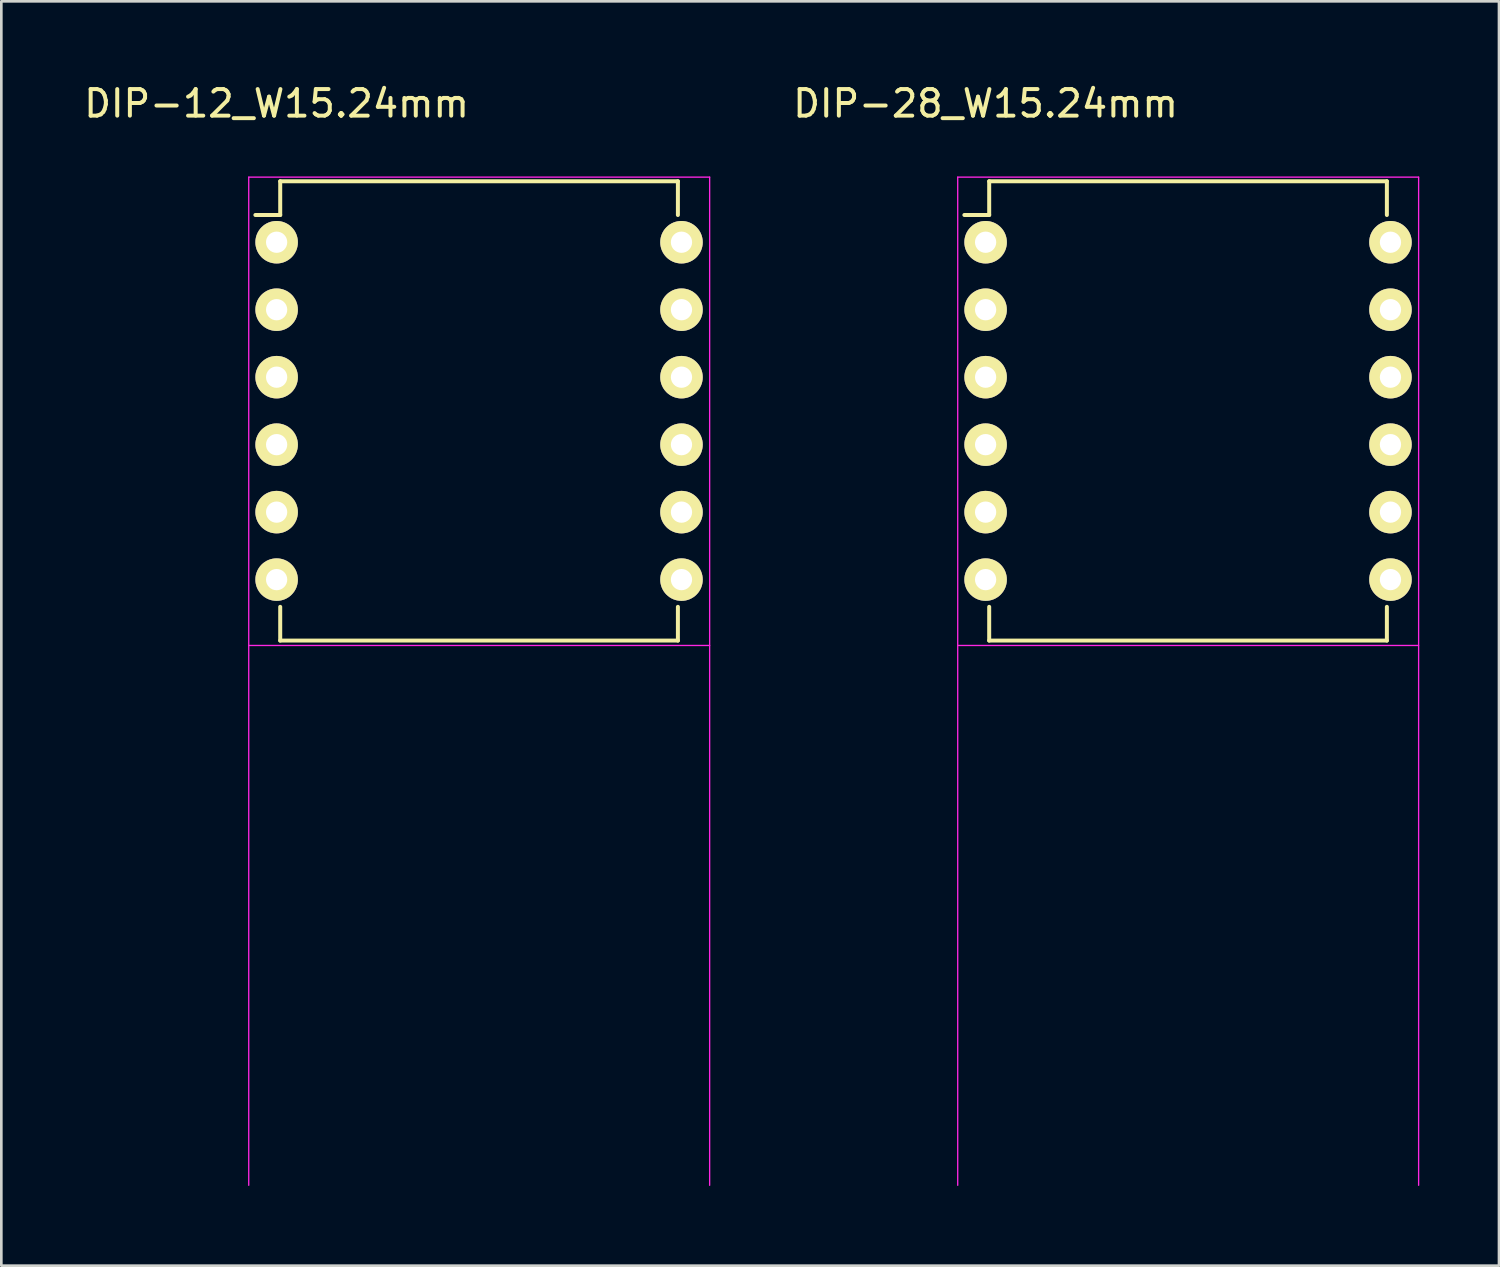
<source format=kicad_pcb>
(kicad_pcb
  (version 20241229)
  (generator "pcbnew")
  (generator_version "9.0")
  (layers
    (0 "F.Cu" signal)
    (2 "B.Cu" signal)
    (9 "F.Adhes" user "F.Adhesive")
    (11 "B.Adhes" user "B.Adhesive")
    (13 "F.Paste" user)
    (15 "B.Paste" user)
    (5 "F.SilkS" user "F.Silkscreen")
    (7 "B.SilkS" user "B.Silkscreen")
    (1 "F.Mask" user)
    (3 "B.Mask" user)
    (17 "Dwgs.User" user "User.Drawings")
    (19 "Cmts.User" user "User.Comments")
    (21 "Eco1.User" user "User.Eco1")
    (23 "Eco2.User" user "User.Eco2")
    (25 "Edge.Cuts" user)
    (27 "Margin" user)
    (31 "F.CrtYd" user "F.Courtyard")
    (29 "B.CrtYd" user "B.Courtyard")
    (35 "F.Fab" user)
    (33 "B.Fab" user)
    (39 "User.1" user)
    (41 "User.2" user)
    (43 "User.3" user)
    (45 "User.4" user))
  (footprint "DIP-12_W15.24mm"
    (layer "F.Cu")
    (at 7.363 6.068)
    (property "Reference" "DIP-12_W15.24mm" (at 0 -5.22 0) (layer "F.SilkS") (effects (font (size 1 1) (thickness 0.15))))
    (attr exclude_from_pos_files exclude_from_bom)
    (fp_line (start 0.135 -2.295) (end 0.135 -1.025) (stroke (width 0.15) (type solid)) (layer "F.SilkS"))
    (fp_line (start 0.135 -2.295) (end 15.105 -2.295) (stroke (width 0.15) (type solid)) (layer "F.SilkS"))
    (fp_line (start 0.135 -1.025) (end -0.8 -1.025) (stroke (width 0.15) (type solid)) (layer "F.SilkS"))
    (fp_line (start 0.135 14.995) (end 0.135 13.725) (stroke (width 0.15) (type solid)) (layer "F.SilkS"))
    (fp_line (start 0.135 14.995) (end 15.105 14.995) (stroke (width 0.15) (type solid)) (layer "F.SilkS"))
    (fp_line (start 15.105 -2.295) (end 15.105 -1.025) (stroke (width 0.15) (type solid)) (layer "F.SilkS"))
    (fp_line (start 15.105 14.995) (end 15.105 13.725) (stroke (width 0.15) (type solid)) (layer "F.SilkS"))
    (fp_line (start -1.05 -2.45) (end -1.05 35.5) (stroke (width 0.05) (type solid)) (layer "F.CrtYd"))
    (fp_line (start -1.05 -2.45) (end 16.3 -2.45) (stroke (width 0.05) (type solid)) (layer "F.CrtYd"))
    (fp_line (start -1.05 15.18) (end 16.3 15.18) (stroke (width 0.05) (type solid)) (layer "F.CrtYd"))
    (fp_line (start 16.3 -2.45) (end 16.3 35.5) (stroke (width 0.05) (type solid)) (layer "F.CrtYd"))
    (pad "1" thru_hole oval (at 0 0) (size 1.6 1.6) (drill 0.8) (layers "*.Cu" "*.Mask" "F.SilkS"))
    (pad "2" thru_hole oval (at 0 2.54) (size 1.6 1.6) (drill 0.8) (layers "*.Cu" "*.Mask" "F.SilkS"))
    (pad "3" thru_hole oval (at 0 5.08) (size 1.6 1.6) (drill 0.8) (layers "*.Cu" "*.Mask" "F.SilkS"))
    (pad "4" thru_hole oval (at 0 7.62) (size 1.6 1.6) (drill 0.8) (layers "*.Cu" "*.Mask" "F.SilkS"))
    (pad "5" thru_hole oval (at 0 10.16) (size 1.6 1.6) (drill 0.8) (layers "*.Cu" "*.Mask" "F.SilkS"))
    (pad "6" thru_hole oval (at 0 12.7) (size 1.6 1.6) (drill 0.8) (layers "*.Cu" "*.Mask" "F.SilkS"))
    (pad "7" thru_hole oval (at 15.24 12.7) (size 1.6 1.6) (drill 0.8) (layers "*.Cu" "*.Mask" "F.SilkS"))
    (pad "8" thru_hole oval (at 15.24 10.16) (size 1.6 1.6) (drill 0.8) (layers "*.Cu" "*.Mask" "F.SilkS"))
    (pad "9" thru_hole oval (at 15.24 7.62) (size 1.6 1.6) (drill 0.8) (layers "*.Cu" "*.Mask" "F.SilkS"))
    (pad "10" thru_hole oval (at 15.24 5.08) (size 1.6 1.6) (drill 0.8) (layers "*.Cu" "*.Mask" "F.SilkS"))
    (pad "11" thru_hole oval (at 15.24 2.54) (size 1.6 1.6) (drill 0.8) (layers "*.Cu" "*.Mask" "F.SilkS"))
    (pad "12" thru_hole oval (at 15.24 0) (size 1.6 1.6) (drill 0.8) (layers "*.Cu" "*.Mask" "F.SilkS")))
  (footprint "DIP-28_W15.24mm"
    (layer "F.Cu")
    (at 34.051 6.068)
    (property "Reference" "DIP-28_W15.24mm" (at 0 -5.22 0) (layer "F.SilkS") (effects (font (size 1 1) (thickness 0.15))))
    (attr exclude_from_pos_files exclude_from_bom)
    (fp_line (start 0.135 -2.295) (end 0.135 -1.025) (stroke (width 0.15) (type solid)) (layer "F.SilkS"))
    (fp_line (start 0.135 -2.295) (end 15.105 -2.295) (stroke (width 0.15) (type solid)) (layer "F.SilkS"))
    (fp_line (start 0.135 -1.025) (end -0.8 -1.025) (stroke (width 0.15) (type solid)) (layer "F.SilkS"))
    (fp_line (start 0.135 14.995) (end 0.135 13.725) (stroke (width 0.15) (type solid)) (layer "F.SilkS"))
    (fp_line (start 0.135 14.995) (end 15.105 14.995) (stroke (width 0.15) (type solid)) (layer "F.SilkS"))
    (fp_line (start 15.105 -2.295) (end 15.105 -1.025) (stroke (width 0.15) (type solid)) (layer "F.SilkS"))
    (fp_line (start 15.105 14.995) (end 15.105 13.725) (stroke (width 0.15) (type solid)) (layer "F.SilkS"))
    (fp_line (start -1.05 -2.45) (end -1.05 35.5) (stroke (width 0.05) (type solid)) (layer "F.CrtYd"))
    (fp_line (start -1.05 -2.45) (end 16.3 -2.45) (stroke (width 0.05) (type solid)) (layer "F.CrtYd"))
    (fp_line (start -1.05 15.18) (end 16.3 15.18) (stroke (width 0.05) (type solid)) (layer "F.CrtYd"))
    (fp_line (start 16.3 -2.45) (end 16.3 35.5) (stroke (width 0.05) (type solid)) (layer "F.CrtYd"))
    (pad "1" thru_hole oval (at 0 0) (size 1.6 1.6) (drill 0.8) (layers "*.Cu" "*.Mask" "F.SilkS"))
    (pad "2" thru_hole oval (at 0 2.54) (size 1.6 1.6) (drill 0.8) (layers "*.Cu" "*.Mask" "F.SilkS"))
    (pad "3" thru_hole oval (at 0 5.08) (size 1.6 1.6) (drill 0.8) (layers "*.Cu" "*.Mask" "F.SilkS"))
    (pad "4" thru_hole oval (at 0 7.62) (size 1.6 1.6) (drill 0.8) (layers "*.Cu" "*.Mask" "F.SilkS"))
    (pad "5" thru_hole oval (at 0 10.16) (size 1.6 1.6) (drill 0.8) (layers "*.Cu" "*.Mask" "F.SilkS"))
    (pad "6" thru_hole oval (at 0 12.7) (size 1.6 1.6) (drill 0.8) (layers "*.Cu" "*.Mask" "F.SilkS"))
    (pad "7" thru_hole oval (at 15.24 12.7) (size 1.6 1.6) (drill 0.8) (layers "*.Cu" "*.Mask" "F.SilkS"))
    (pad "8" thru_hole oval (at 15.24 10.16) (size 1.6 1.6) (drill 0.8) (layers "*.Cu" "*.Mask" "F.SilkS"))
    (pad "9" thru_hole oval (at 15.24 7.62) (size 1.6 1.6) (drill 0.8) (layers "*.Cu" "*.Mask" "F.SilkS"))
    (pad "10" thru_hole oval (at 15.24 5.08) (size 1.6 1.6) (drill 0.8) (layers "*.Cu" "*.Mask" "F.SilkS"))
    (pad "11" thru_hole oval (at 15.24 2.54) (size 1.6 1.6) (drill 0.8) (layers "*.Cu" "*.Mask" "F.SilkS"))
    (pad "12" thru_hole oval (at 15.24 0) (size 1.6 1.6) (drill 0.8) (layers "*.Cu" "*.Mask" "F.SilkS")))
  (gr_rect
    (start -3 -3)
    (end 53.376 44.593)
    (stroke (width 0.1) (type default))
    (fill no)
    (layer "Edge.Cuts")))
</source>
